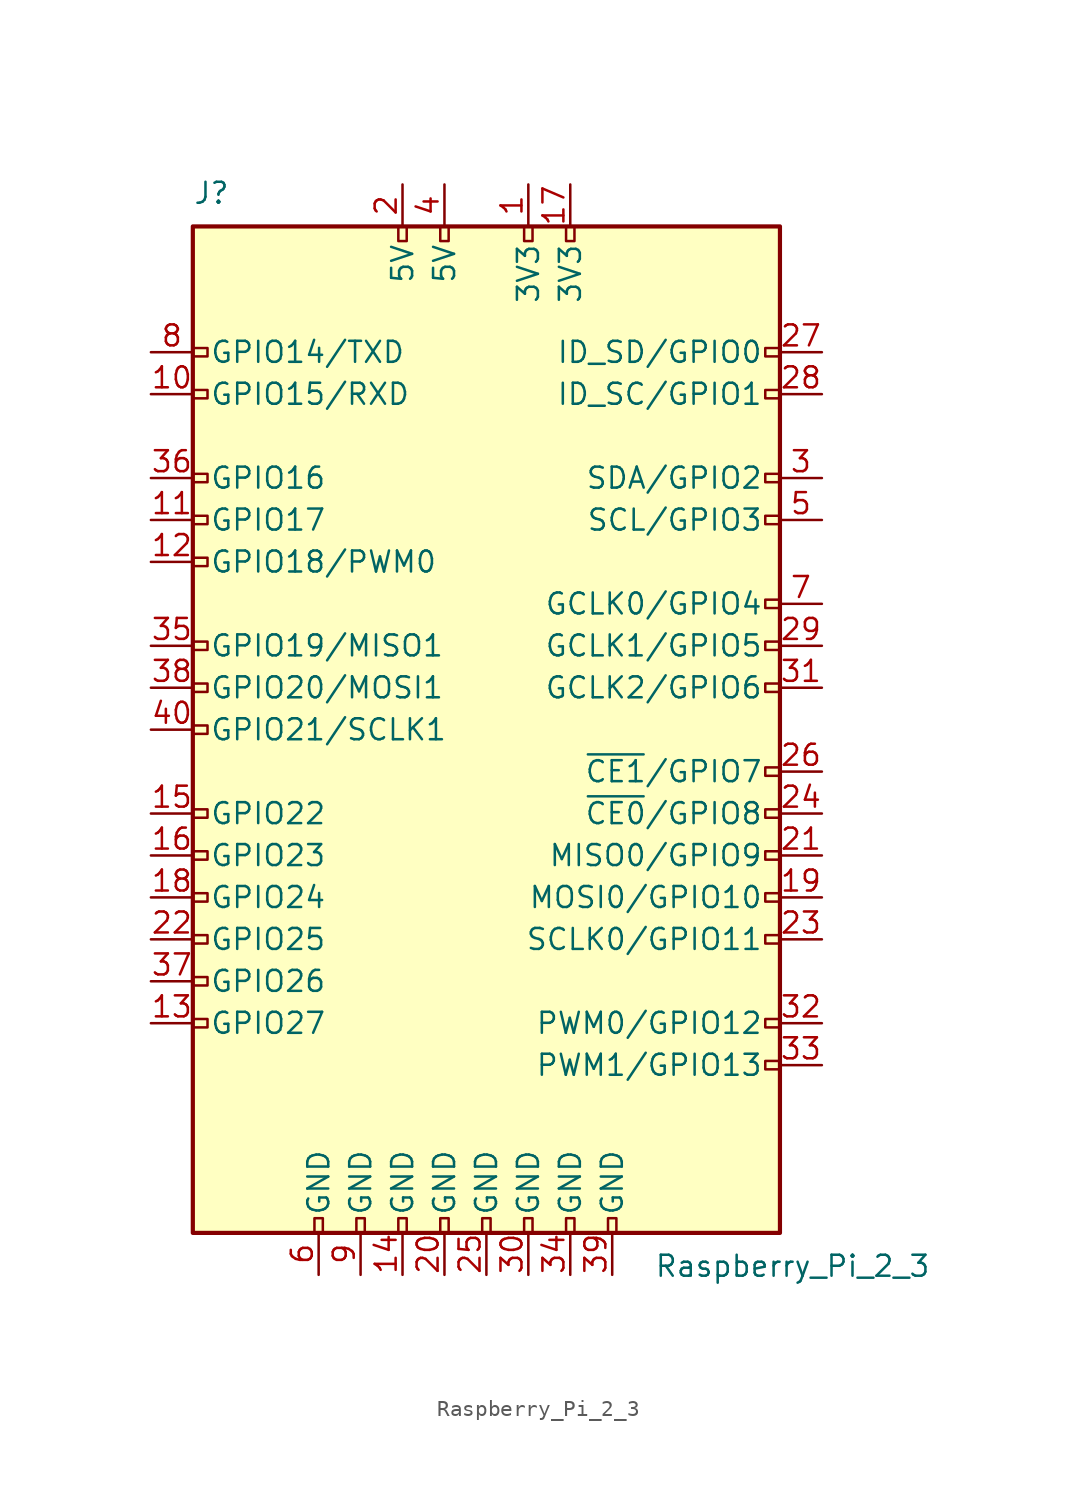
<source format=kicad_sym>
(kicad_symbol_lib
  (version 20241209)
  (generator "kicad_symbol_editor")
  (generator_version "9.0")
  (symbol "Raspberry_Pi_2_3"
    (pin_names
      (offset 1.016))
    (property "Reference" "J"
      (at -17.78 31.75 0)
      (effects (font (size 1.27 1.27)) (justify left bottom)))
    (property "Value" "Raspberry_Pi_2_3"
      (at 10.16 -31.75 0)
      (effects (font (size 1.27 1.27)) (justify left top)))
    (symbol "Raspberry_Pi_2_3_0_1"
      (rectangle (start -17.78 30.48) (end 17.78 -30.48) (stroke (width 0.254) (type default)) (fill (type background))))
    (symbol "Raspberry_Pi_2_3_1_1"
      (rectangle (start -16.891 23.114) (end -17.78 22.606) (stroke (width 0) (type default)) (fill (type none)))
      (rectangle (start -16.891 20.574) (end -17.78 20.066) (stroke (width 0) (type default)) (fill (type none)))
      (rectangle (start -16.891 15.494) (end -17.78 14.986) (stroke (width 0) (type default)) (fill (type none)))
      (rectangle (start -16.891 12.954) (end -17.78 12.446) (stroke (width 0) (type default)) (fill (type none)))
      (rectangle (start -16.891 10.414) (end -17.78 9.906) (stroke (width 0) (type default)) (fill (type none)))
      (rectangle (start -16.891 5.334) (end -17.78 4.826) (stroke (width 0) (type default)) (fill (type none)))
      (rectangle (start -16.891 2.794) (end -17.78 2.286) (stroke (width 0) (type default)) (fill (type none)))
      (rectangle (start -16.891 0.254) (end -17.78 -0.254) (stroke (width 0) (type default)) (fill (type none)))
      (rectangle (start -16.891 -4.826) (end -17.78 -5.334) (stroke (width 0) (type default)) (fill (type none)))
      (rectangle (start -16.891 -7.366) (end -17.78 -7.874) (stroke (width 0) (type default)) (fill (type none)))
      (rectangle (start -16.891 -9.906) (end -17.78 -10.414) (stroke (width 0) (type default)) (fill (type none)))
      (rectangle (start -16.891 -12.446) (end -17.78 -12.954) (stroke (width 0) (type default)) (fill (type none)))
      (rectangle (start -16.891 -14.986) (end -17.78 -15.494) (stroke (width 0) (type default)) (fill (type none)))
      (rectangle (start -16.891 -17.526) (end -17.78 -18.034) (stroke (width 0) (type default)) (fill (type none)))
      (rectangle (start -10.414 -29.591) (end -9.906 -30.48) (stroke (width 0) (type default)) (fill (type none)))
      (rectangle (start -7.874 -29.591) (end -7.366 -30.48) (stroke (width 0) (type default)) (fill (type none)))
      (rectangle (start -5.334 30.48) (end -4.826 29.591) (stroke (width 0) (type default)) (fill (type none)))
      (rectangle (start -5.334 -29.591) (end -4.826 -30.48) (stroke (width 0) (type default)) (fill (type none)))
      (rectangle (start -2.794 30.48) (end -2.286 29.591) (stroke (width 0) (type default)) (fill (type none)))
      (rectangle (start -2.794 -29.591) (end -2.286 -30.48) (stroke (width 0) (type default)) (fill (type none)))
      (rectangle (start -0.254 -29.591) (end 0.254 -30.48) (stroke (width 0) (type default)) (fill (type none)))
      (rectangle (start 2.286 30.48) (end 2.794 29.591) (stroke (width 0) (type default)) (fill (type none)))
      (rectangle (start 2.286 -29.591) (end 2.794 -30.48) (stroke (width 0) (type default)) (fill (type none)))
      (rectangle (start 4.826 30.48) (end 5.334 29.591) (stroke (width 0) (type default)) (fill (type none)))
      (rectangle (start 4.826 -29.591) (end 5.334 -30.48) (stroke (width 0) (type default)) (fill (type none)))
      (rectangle (start 7.366 -29.591) (end 7.874 -30.48) (stroke (width 0) (type default)) (fill (type none)))
      (rectangle (start 17.78 23.114) (end 16.891 22.606) (stroke (width 0) (type default)) (fill (type none)))
      (rectangle (start 17.78 20.574) (end 16.891 20.066) (stroke (width 0) (type default)) (fill (type none)))
      (rectangle (start 17.78 15.494) (end 16.891 14.986) (stroke (width 0) (type default)) (fill (type none)))
      (rectangle (start 17.78 12.954) (end 16.891 12.446) (stroke (width 0) (type default)) (fill (type none)))
      (rectangle (start 17.78 7.874) (end 16.891 7.366) (stroke (width 0) (type default)) (fill (type none)))
      (rectangle (start 17.78 5.334) (end 16.891 4.826) (stroke (width 0) (type default)) (fill (type none)))
      (rectangle (start 17.78 2.794) (end 16.891 2.286) (stroke (width 0) (type default)) (fill (type none)))
      (rectangle (start 17.78 -2.286) (end 16.891 -2.794) (stroke (width 0) (type default)) (fill (type none)))
      (rectangle (start 17.78 -4.826) (end 16.891 -5.334) (stroke (width 0) (type default)) (fill (type none)))
      (rectangle (start 17.78 -7.366) (end 16.891 -7.874) (stroke (width 0) (type default)) (fill (type none)))
      (rectangle (start 17.78 -9.906) (end 16.891 -10.414) (stroke (width 0) (type default)) (fill (type none)))
      (rectangle (start 17.78 -12.446) (end 16.891 -12.954) (stroke (width 0) (type default)) (fill (type none)))
      (rectangle (start 17.78 -17.526) (end 16.891 -18.034) (stroke (width 0) (type default)) (fill (type none)))
      (rectangle (start 17.78 -20.066) (end 16.891 -20.574) (stroke (width 0) (type default)) (fill (type none)))
      (pin bidirectional line (at -20.32 22.86 0) (length 2.54) (name "GPIO14/TXD" (effects (font (size 1.27 1.27)))) (number "8" (effects (font (size 1.27 1.27)))))
      (pin bidirectional line (at -20.32 20.32 0) (length 2.54) (name "GPIO15/RXD" (effects (font (size 1.27 1.27)))) (number "10" (effects (font (size 1.27 1.27)))))
      (pin bidirectional line (at -20.32 15.24 0) (length 2.54) (name "GPIO16" (effects (font (size 1.27 1.27)))) (number "36" (effects (font (size 1.27 1.27)))))
      (pin bidirectional line (at -20.32 12.7 0) (length 2.54) (name "GPIO17" (effects (font (size 1.27 1.27)))) (number "11" (effects (font (size 1.27 1.27)))))
      (pin bidirectional line (at -20.32 10.16 0) (length 2.54) (name "GPIO18/PWM0" (effects (font (size 1.27 1.27)))) (number "12" (effects (font (size 1.27 1.27)))))
      (pin bidirectional line (at -20.32 5.08 0) (length 2.54) (name "GPIO19/MISO1" (effects (font (size 1.27 1.27)))) (number "35" (effects (font (size 1.27 1.27)))))
      (pin bidirectional line (at -20.32 2.54 0) (length 2.54) (name "GPIO20/MOSI1" (effects (font (size 1.27 1.27)))) (number "38" (effects (font (size 1.27 1.27)))))
      (pin bidirectional line (at -20.32 0 0) (length 2.54) (name "GPIO21/SCLK1" (effects (font (size 1.27 1.27)))) (number "40" (effects (font (size 1.27 1.27)))))
      (pin bidirectional line (at -20.32 -5.08 0) (length 2.54) (name "GPIO22" (effects (font (size 1.27 1.27)))) (number "15" (effects (font (size 1.27 1.27)))))
      (pin bidirectional line (at -20.32 -7.62 0) (length 2.54) (name "GPIO23" (effects (font (size 1.27 1.27)))) (number "16" (effects (font (size 1.27 1.27)))))
      (pin bidirectional line (at -20.32 -10.16 0) (length 2.54) (name "GPIO24" (effects (font (size 1.27 1.27)))) (number "18" (effects (font (size 1.27 1.27)))))
      (pin bidirectional line (at -20.32 -12.7 0) (length 2.54) (name "GPIO25" (effects (font (size 1.27 1.27)))) (number "22" (effects (font (size 1.27 1.27)))))
      (pin bidirectional line (at -20.32 -15.24 0) (length 2.54) (name "GPIO26" (effects (font (size 1.27 1.27)))) (number "37" (effects (font (size 1.27 1.27)))))
      (pin bidirectional line (at -20.32 -17.78 0) (length 2.54) (name "GPIO27" (effects (font (size 1.27 1.27)))) (number "13" (effects (font (size 1.27 1.27)))))
      (pin power_in line (at -10.16 -33.02 90) (length 2.54) (name "GND" (effects (font (size 1.27 1.27)))) (number "6" (effects (font (size 1.27 1.27)))))
      (pin power_in line (at -7.62 -33.02 90) (length 2.54) (name "GND" (effects (font (size 1.27 1.27)))) (number "9" (effects (font (size 1.27 1.27)))))
      (pin power_in line (at -5.08 33.02 270) (length 2.54) (name "5V" (effects (font (size 1.27 1.27)))) (number "2" (effects (font (size 1.27 1.27)))))
      (pin power_in line (at -5.08 -33.02 90) (length 2.54) (name "GND" (effects (font (size 1.27 1.27)))) (number "14" (effects (font (size 1.27 1.27)))))
      (pin power_in line (at -2.54 33.02 270) (length 2.54) (name "5V" (effects (font (size 1.27 1.27)))) (number "4" (effects (font (size 1.27 1.27)))))
      (pin power_in line (at -2.54 -33.02 90) (length 2.54) (name "GND" (effects (font (size 1.27 1.27)))) (number "20" (effects (font (size 1.27 1.27)))))
      (pin power_in line (at 0 -33.02 90) (length 2.54) (name "GND" (effects (font (size 1.27 1.27)))) (number "25" (effects (font (size 1.27 1.27)))))
      (pin power_in line (at 2.54 33.02 270) (length 2.54) (name "3V3" (effects (font (size 1.27 1.27)))) (number "1" (effects (font (size 1.27 1.27)))))
      (pin power_in line (at 2.54 -33.02 90) (length 2.54) (name "GND" (effects (font (size 1.27 1.27)))) (number "30" (effects (font (size 1.27 1.27)))))
      (pin power_in line (at 5.08 33.02 270) (length 2.54) (name "3V3" (effects (font (size 1.27 1.27)))) (number "17" (effects (font (size 1.27 1.27)))))
      (pin power_in line (at 5.08 -33.02 90) (length 2.54) (name "GND" (effects (font (size 1.27 1.27)))) (number "34" (effects (font (size 1.27 1.27)))))
      (pin power_in line (at 7.62 -33.02 90) (length 2.54) (name "GND" (effects (font (size 1.27 1.27)))) (number "39" (effects (font (size 1.27 1.27)))))
      (pin bidirectional line (at 20.32 22.86 180) (length 2.54) (name "ID_SD/GPIO0" (effects (font (size 1.27 1.27)))) (number "27" (effects (font (size 1.27 1.27)))))
      (pin bidirectional line (at 20.32 20.32 180) (length 2.54) (name "ID_SC/GPIO1" (effects (font (size 1.27 1.27)))) (number "28" (effects (font (size 1.27 1.27)))))
      (pin bidirectional line (at 20.32 15.24 180) (length 2.54) (name "SDA/GPIO2" (effects (font (size 1.27 1.27)))) (number "3" (effects (font (size 1.27 1.27)))))
      (pin bidirectional line (at 20.32 12.7 180) (length 2.54) (name "SCL/GPIO3" (effects (font (size 1.27 1.27)))) (number "5" (effects (font (size 1.27 1.27)))))
      (pin bidirectional line (at 20.32 7.62 180) (length 2.54) (name "GCLK0/GPIO4" (effects (font (size 1.27 1.27)))) (number "7" (effects (font (size 1.27 1.27)))))
      (pin bidirectional line (at 20.32 5.08 180) (length 2.54) (name "GCLK1/GPIO5" (effects (font (size 1.27 1.27)))) (number "29" (effects (font (size 1.27 1.27)))))
      (pin bidirectional line (at 20.32 2.54 180) (length 2.54) (name "GCLK2/GPIO6" (effects (font (size 1.27 1.27)))) (number "31" (effects (font (size 1.27 1.27)))))
      (pin bidirectional line (at 20.32 -2.54 180) (length 2.54) (name "~{CE1}/GPIO7" (effects (font (size 1.27 1.27)))) (number "26" (effects (font (size 1.27 1.27)))))
      (pin bidirectional line (at 20.32 -5.08 180) (length 2.54) (name "~{CE0}/GPIO8" (effects (font (size 1.27 1.27)))) (number "24" (effects (font (size 1.27 1.27)))))
      (pin bidirectional line (at 20.32 -7.62 180) (length 2.54) (name "MISO0/GPIO9" (effects (font (size 1.27 1.27)))) (number "21" (effects (font (size 1.27 1.27)))))
      (pin bidirectional line (at 20.32 -10.16 180) (length 2.54) (name "MOSI0/GPIO10" (effects (font (size 1.27 1.27)))) (number "19" (effects (font (size 1.27 1.27)))))
      (pin bidirectional line (at 20.32 -12.7 180) (length 2.54) (name "SCLK0/GPIO11" (effects (font (size 1.27 1.27)))) (number "23" (effects (font (size 1.27 1.27)))))
      (pin bidirectional line (at 20.32 -17.78 180) (length 2.54) (name "PWM0/GPIO12" (effects (font (size 1.27 1.27)))) (number "32" (effects (font (size 1.27 1.27)))))
      (pin bidirectional line (at 20.32 -20.32 180) (length 2.54) (name "PWM1/GPIO13" (effects (font (size 1.27 1.27)))) (number "33" (effects (font (size 1.27 1.27))))))))
</source>
